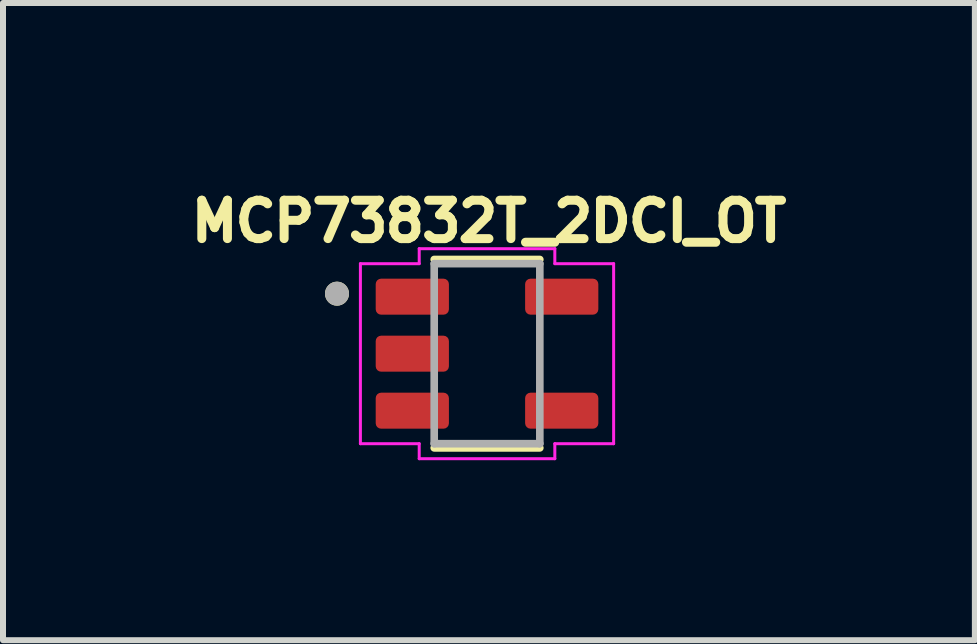
<source format=kicad_pcb>
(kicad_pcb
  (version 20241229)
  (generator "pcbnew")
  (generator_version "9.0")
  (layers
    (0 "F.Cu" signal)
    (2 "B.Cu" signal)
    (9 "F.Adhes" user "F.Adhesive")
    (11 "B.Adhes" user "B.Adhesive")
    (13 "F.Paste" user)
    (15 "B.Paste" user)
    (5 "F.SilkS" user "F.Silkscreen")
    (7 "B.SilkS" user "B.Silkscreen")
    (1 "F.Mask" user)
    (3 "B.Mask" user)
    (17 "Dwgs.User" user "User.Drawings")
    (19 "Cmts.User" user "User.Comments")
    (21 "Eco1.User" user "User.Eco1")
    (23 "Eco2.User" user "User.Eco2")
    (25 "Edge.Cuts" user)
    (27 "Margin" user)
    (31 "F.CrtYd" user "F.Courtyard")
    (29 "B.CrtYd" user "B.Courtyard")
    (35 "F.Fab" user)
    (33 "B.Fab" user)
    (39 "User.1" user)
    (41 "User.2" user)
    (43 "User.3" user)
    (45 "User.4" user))
  (footprint "MCP73832T_2DCI_OT"
    (layer "F.Cu")
    (at 5.066 2.844)
    (property "Reference" "MCP73832T_2DCI_OT" (at 0.032 -2.206 0) (layer "F.SilkS") (effects (font (size 0.64 0.64) (thickness 0.15))))
    (attr smd)
    (fp_line (start -0.88 -1.57) (end 0.88 -1.57) (stroke (width 0.127) (type solid)) (layer "F.SilkS"))
    (fp_line (start -0.88 1.57) (end 0.88 1.57) (stroke (width 0.127) (type solid)) (layer "F.SilkS"))
    (fp_circle (center -2.5 -1) (end -2.4 -1) (stroke (width 0.2) (type solid)) (fill no) (layer "F.SilkS"))
    (fp_line (start -2.11 -1.5) (end -2.11 1.5) (stroke (width 0.05) (type solid)) (layer "F.CrtYd"))
    (fp_line (start -2.11 -1.5) (end -1.13 -1.5) (stroke (width 0.05) (type solid)) (layer "F.CrtYd"))
    (fp_line (start -1.13 -1.75) (end 1.13 -1.75) (stroke (width 0.05) (type solid)) (layer "F.CrtYd"))
    (fp_line (start -1.13 -1.5) (end -1.13 -1.75) (stroke (width 0.05) (type solid)) (layer "F.CrtYd"))
    (fp_line (start -1.13 1.5) (end -2.11 1.5) (stroke (width 0.05) (type solid)) (layer "F.CrtYd"))
    (fp_line (start -1.13 1.75) (end -1.13 1.5) (stroke (width 0.05) (type solid)) (layer "F.CrtYd"))
    (fp_line (start 1.13 -1.75) (end 1.13 -1.5) (stroke (width 0.05) (type solid)) (layer "F.CrtYd"))
    (fp_line (start 1.13 -1.5) (end 2.11 -1.5) (stroke (width 0.05) (type solid)) (layer "F.CrtYd"))
    (fp_line (start 1.13 1.5) (end 1.13 1.75) (stroke (width 0.05) (type solid)) (layer "F.CrtYd"))
    (fp_line (start 1.13 1.75) (end -1.13 1.75) (stroke (width 0.05) (type solid)) (layer "F.CrtYd"))
    (fp_line (start 2.11 1.5) (end 1.13 1.5) (stroke (width 0.05) (type solid)) (layer "F.CrtYd"))
    (fp_line (start 2.11 1.5) (end 2.11 -1.5) (stroke (width 0.05) (type solid)) (layer "F.CrtYd"))
    (fp_line (start -0.88 -1.5) (end 0.88 -1.5) (stroke (width 0.127) (type solid)) (layer "F.Fab"))
    (fp_line (start -0.88 1.5) (end -0.88 -1.5) (stroke (width 0.127) (type solid)) (layer "F.Fab"))
    (fp_line (start 0.88 -1.5) (end 0.88 1.5) (stroke (width 0.127) (type solid)) (layer "F.Fab"))
    (fp_line (start 0.88 1.5) (end -0.88 1.5) (stroke (width 0.127) (type solid)) (layer "F.Fab"))
    (fp_circle (center -2.5 -1) (end -2.4 -1) (stroke (width 0.2) (type solid)) (fill no) (layer "F.Fab"))
    (pad "1" smd roundrect (at -1.245 -0.95) (size 1.22 0.6) (layers "F.Cu" "F.Mask" "F.Paste") (roundrect_rratio 0.15))
    (pad "2" smd roundrect (at -1.245 0) (size 1.22 0.6) (layers "F.Cu" "F.Mask" "F.Paste") (roundrect_rratio 0.15))
    (pad "3" smd roundrect (at -1.245 0.95) (size 1.22 0.6) (layers "F.Cu" "F.Mask" "F.Paste") (roundrect_rratio 0.15))
    (pad "4" smd roundrect (at 1.245 0.95) (size 1.22 0.6) (layers "F.Cu" "F.Mask" "F.Paste") (roundrect_rratio 0.15))
    (pad "5" smd roundrect (at 1.245 -0.95) (size 1.22 0.6) (layers "F.Cu" "F.Mask" "F.Paste") (roundrect_rratio 0.15)))
  (gr_rect
    (start -3 -3)
    (end 13.196 7.619)
    (stroke (width 0.1) (type default))
    (fill no)
    (layer "Edge.Cuts")))
</source>
